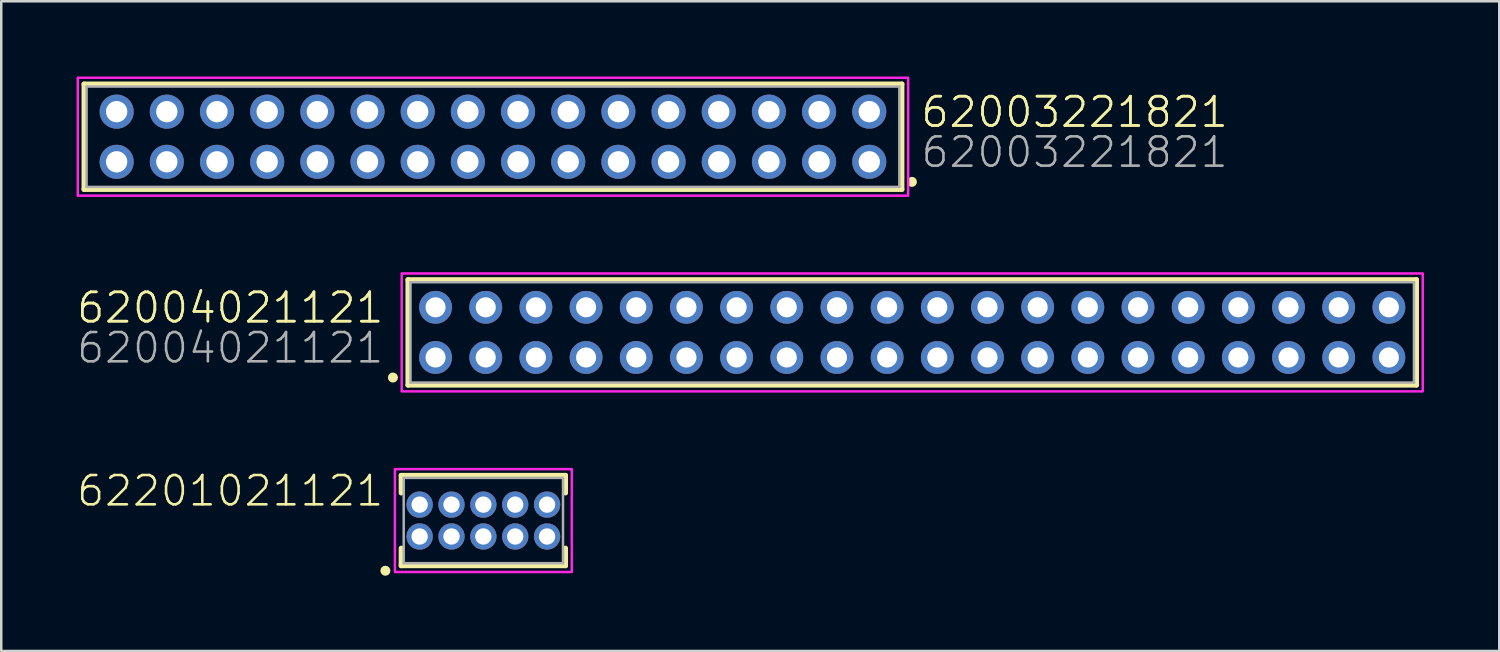
<source format=kicad_pcb>
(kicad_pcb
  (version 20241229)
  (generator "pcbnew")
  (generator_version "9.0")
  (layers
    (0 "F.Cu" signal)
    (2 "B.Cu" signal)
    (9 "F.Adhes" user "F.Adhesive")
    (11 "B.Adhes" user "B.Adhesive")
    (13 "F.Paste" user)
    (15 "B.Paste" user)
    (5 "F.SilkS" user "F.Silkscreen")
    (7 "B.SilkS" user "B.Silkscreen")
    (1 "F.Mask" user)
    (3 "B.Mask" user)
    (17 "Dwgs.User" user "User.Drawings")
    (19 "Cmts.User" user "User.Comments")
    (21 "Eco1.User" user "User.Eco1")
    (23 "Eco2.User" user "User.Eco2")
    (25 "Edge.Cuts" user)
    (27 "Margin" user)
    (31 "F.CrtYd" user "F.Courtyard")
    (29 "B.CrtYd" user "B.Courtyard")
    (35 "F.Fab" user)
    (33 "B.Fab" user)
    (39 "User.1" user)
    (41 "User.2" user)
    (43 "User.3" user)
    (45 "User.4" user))
  (footprint "62003221821"
    (layer "F.Cu")
    (at 16.6 2.4)
    (property "Reference" "62003221821" (at 17 -0.3 0) (unlocked yes) (layer "F.SilkS") (effects (font (size 1.168 1.168) (thickness 0.102)) (justify left bottom)))
    (property "Value" "62003221821" (at 17 1.3 0) (unlocked yes) (layer "F.Fab") (hide yes) (effects (font (size 1.168 1.168) (thickness 0.102)) (justify left bottom)))
    (fp_line (start -16.3 -2.1) (end 16.3 -2.1) (stroke (width 0.2) (type solid)) (layer "F.SilkS"))
    (fp_line (start -16.3 2.1) (end -16.3 -2.1) (stroke (width 0.2) (type solid)) (layer "F.SilkS"))
    (fp_line (start 16.3 -2.1) (end 16.3 2.1) (stroke (width 0.2) (type solid)) (layer "F.SilkS"))
    (fp_line (start 16.3 2.1) (end -16.3 2.1) (stroke (width 0.2) (type solid)) (layer "F.SilkS"))
    (fp_circle (center 16.7 1.8) (end 16.8 1.8) (stroke (width 0.2) (type solid)) (fill no) (layer "F.SilkS"))
    (fp_poly (pts (xy 16.55 2.35) (xy -16.55 2.35) (xy -16.55 -2.35) (xy 16.55 -2.35)) (stroke (width 0.1) (type default)) (fill no) (layer "F.CrtYd"))
    (fp_line (start -16.2 -2) (end -16.2 2) (stroke (width 0.1) (type solid)) (layer "F.Fab"))
    (fp_line (start -16.2 2) (end 16.2 2) (stroke (width 0.1) (type solid)) (layer "F.Fab"))
    (fp_line (start 16.2 -2) (end -16.2 -2) (stroke (width 0.1) (type solid)) (layer "F.Fab"))
    (fp_line (start 16.2 2) (end 16.2 -2) (stroke (width 0.1) (type solid)) (layer "F.Fab"))
    (fp_text user "${REFERENCE}" (at 17 -0.3 0) (unlocked yes) (layer "F.SilkS") (effects (font (size 1.168 1.168) (thickness 0.102)) (justify left bottom)))
    (fp_text user "${VALUE}" (at 17 1.3 0) (unlocked yes) (layer "F.Fab") (effects (font (size 1.168 1.168) (thickness 0.102)) (justify left bottom)))
    (pad "1" thru_hole circle (at 15 1 180) (size 1.358 1.358) (drill 0.85) (layers "*.Cu" "*.Mask"))
    (pad "2" thru_hole circle (at 15 -1 180) (size 1.358 1.358) (drill 0.85) (layers "*.Cu" "*.Mask"))
    (pad "3" thru_hole circle (at 13 1 180) (size 1.358 1.358) (drill 0.85) (layers "*.Cu" "*.Mask"))
    (pad "4" thru_hole circle (at 13 -1 180) (size 1.358 1.358) (drill 0.85) (layers "*.Cu" "*.Mask"))
    (pad "5" thru_hole circle (at 11 1 180) (size 1.358 1.358) (drill 0.85) (layers "*.Cu" "*.Mask"))
    (pad "6" thru_hole circle (at 11 -1 180) (size 1.358 1.358) (drill 0.85) (layers "*.Cu" "*.Mask"))
    (pad "7" thru_hole circle (at 9 1 180) (size 1.358 1.358) (drill 0.85) (layers "*.Cu" "*.Mask"))
    (pad "8" thru_hole circle (at 9 -1 180) (size 1.358 1.358) (drill 0.85) (layers "*.Cu" "*.Mask"))
    (pad "9" thru_hole circle (at 7 1 180) (size 1.358 1.358) (drill 0.85) (layers "*.Cu" "*.Mask"))
    (pad "10" thru_hole circle (at 7 -1 180) (size 1.358 1.358) (drill 0.85) (layers "*.Cu" "*.Mask"))
    (pad "11" thru_hole circle (at 5 1 180) (size 1.358 1.358) (drill 0.85) (layers "*.Cu" "*.Mask"))
    (pad "12" thru_hole circle (at 5 -1 180) (size 1.358 1.358) (drill 0.85) (layers "*.Cu" "*.Mask"))
    (pad "13" thru_hole circle (at 3 1 180) (size 1.358 1.358) (drill 0.85) (layers "*.Cu" "*.Mask"))
    (pad "14" thru_hole circle (at 3 -1 180) (size 1.358 1.358) (drill 0.85) (layers "*.Cu" "*.Mask"))
    (pad "15" thru_hole circle (at 1 1 180) (size 1.358 1.358) (drill 0.85) (layers "*.Cu" "*.Mask"))
    (pad "16" thru_hole circle (at 1 -1 180) (size 1.358 1.358) (drill 0.85) (layers "*.Cu" "*.Mask"))
    (pad "17" thru_hole circle (at -1 1 180) (size 1.358 1.358) (drill 0.85) (layers "*.Cu" "*.Mask"))
    (pad "18" thru_hole circle (at -1 -1 180) (size 1.358 1.358) (drill 0.85) (layers "*.Cu" "*.Mask"))
    (pad "19" thru_hole circle (at -3 1 180) (size 1.358 1.358) (drill 0.85) (layers "*.Cu" "*.Mask"))
    (pad "20" thru_hole circle (at -3 -1 180) (size 1.358 1.358) (drill 0.85) (layers "*.Cu" "*.Mask"))
    (pad "21" thru_hole circle (at -5 1 180) (size 1.358 1.358) (drill 0.85) (layers "*.Cu" "*.Mask"))
    (pad "22" thru_hole circle (at -5 -1 180) (size 1.358 1.358) (drill 0.85) (layers "*.Cu" "*.Mask"))
    (pad "23" thru_hole circle (at -7 1 180) (size 1.358 1.358) (drill 0.85) (layers "*.Cu" "*.Mask"))
    (pad "24" thru_hole circle (at -7 -1 180) (size 1.358 1.358) (drill 0.85) (layers "*.Cu" "*.Mask"))
    (pad "25" thru_hole circle (at -9 1 180) (size 1.358 1.358) (drill 0.85) (layers "*.Cu" "*.Mask"))
    (pad "26" thru_hole circle (at -9 -1 180) (size 1.358 1.358) (drill 0.85) (layers "*.Cu" "*.Mask"))
    (pad "27" thru_hole circle (at -11 1 180) (size 1.358 1.358) (drill 0.85) (layers "*.Cu" "*.Mask"))
    (pad "28" thru_hole circle (at -11 -1 180) (size 1.358 1.358) (drill 0.85) (layers "*.Cu" "*.Mask"))
    (pad "29" thru_hole circle (at -13 1 180) (size 1.358 1.358) (drill 0.85) (layers "*.Cu" "*.Mask"))
    (pad "30" thru_hole circle (at -13 -1 180) (size 1.358 1.358) (drill 0.85) (layers "*.Cu" "*.Mask"))
    (pad "31" thru_hole circle (at -15 1 180) (size 1.358 1.358) (drill 0.85) (layers "*.Cu" "*.Mask"))
    (pad "32" thru_hole circle (at -15 -1 180) (size 1.358 1.358) (drill 0.85) (layers "*.Cu" "*.Mask")))
  (footprint "62201021121"
    (layer "F.Cu")
    (at 16.217 17.7)
    (property "Reference" "62201021121" (at -3.905 -0.5 0) (unlocked yes) (layer "F.SilkS") (effects (font (size 1.168 1.168) (thickness 0.102)) (justify right bottom)))
    (fp_line (start -3.275 -1.8) (end 3.275 -1.8) (stroke (width 0.2) (type solid)) (layer "F.SilkS"))
    (fp_line (start -3.275 -1.1) (end -3.275 -1.8) (stroke (width 0.2) (type solid)) (layer "F.SilkS"))
    (fp_line (start -3.275 1.1) (end -3.275 1.8) (stroke (width 0.2) (type solid)) (layer "F.SilkS"))
    (fp_line (start -3.275 1.8) (end 3.275 1.8) (stroke (width 0.2) (type solid)) (layer "F.SilkS"))
    (fp_line (start 3.275 -1.8) (end 3.275 -1.1) (stroke (width 0.2) (type solid)) (layer "F.SilkS"))
    (fp_line (start 3.275 1.8) (end 3.275 1.1) (stroke (width 0.2) (type solid)) (layer "F.SilkS"))
    (fp_circle (center -3.905 2) (end -3.805 2) (stroke (width 0.2) (type solid)) (fill no) (layer "F.SilkS"))
    (fp_poly (pts (xy 3.525 2.05) (xy -3.525 2.05) (xy -3.525 -2.05) (xy 3.525 -2.05)) (stroke (width 0.1) (type default)) (fill no) (layer "F.CrtYd"))
    (fp_line (start -3.175 -1.7) (end -3.175 1.7) (stroke (width 0.1) (type solid)) (layer "F.Fab"))
    (fp_line (start -3.175 1.7) (end 3.175 1.7) (stroke (width 0.1) (type solid)) (layer "F.Fab"))
    (fp_line (start 3.175 -1.7) (end -3.175 -1.7) (stroke (width 0.1) (type solid)) (layer "F.Fab"))
    (fp_line (start 3.175 1.7) (end 3.175 -1.7) (stroke (width 0.1) (type solid)) (layer "F.Fab"))
    (pad "1" thru_hole circle (at -2.54 0.635) (size 1.05 1.05) (drill 0.65) (layers "*.Cu" "*.Mask"))
    (pad "2" thru_hole circle (at -2.54 -0.635) (size 1.05 1.05) (drill 0.65) (layers "*.Cu" "*.Mask"))
    (pad "3" thru_hole circle (at -1.27 0.635) (size 1.05 1.05) (drill 0.65) (layers "*.Cu" "*.Mask"))
    (pad "4" thru_hole circle (at -1.27 -0.635) (size 1.05 1.05) (drill 0.65) (layers "*.Cu" "*.Mask"))
    (pad "5" thru_hole circle (at 0 0.635) (size 1.05 1.05) (drill 0.65) (layers "*.Cu" "*.Mask"))
    (pad "6" thru_hole circle (at 0 -0.635) (size 1.05 1.05) (drill 0.65) (layers "*.Cu" "*.Mask"))
    (pad "7" thru_hole circle (at 1.27 0.635) (size 1.05 1.05) (drill 0.65) (layers "*.Cu" "*.Mask"))
    (pad "8" thru_hole circle (at 1.27 -0.635) (size 1.05 1.05) (drill 0.65) (layers "*.Cu" "*.Mask"))
    (pad "9" thru_hole circle (at 2.54 0.635) (size 1.05 1.05) (drill 0.65) (layers "*.Cu" "*.Mask"))
    (pad "10" thru_hole circle (at 2.54 -0.635) (size 1.05 1.05) (drill 0.65) (layers "*.Cu" "*.Mask")))
  (footprint "62004021121"
    (layer "F.Cu")
    (at 33.312 10.2)
    (property "Reference" "62004021121" (at -21 -0.3 0) (unlocked yes) (layer "F.SilkS") (effects (font (size 1.168 1.168) (thickness 0.102)) (justify right bottom)))
    (property "Value" "62004021121" (at -21 1.3 0) (unlocked yes) (layer "F.Fab") (hide yes) (effects (font (size 1.168 1.168) (thickness 0.102)) (justify right bottom)))
    (fp_line (start -20.1 -2.1) (end 20.1 -2.1) (stroke (width 0.2) (type solid)) (layer "F.SilkS"))
    (fp_line (start -20.1 2.1) (end -20.1 -2.1) (stroke (width 0.2) (type solid)) (layer "F.SilkS"))
    (fp_line (start 20.1 -2.1) (end 20.1 2.1) (stroke (width 0.2) (type solid)) (layer "F.SilkS"))
    (fp_line (start 20.1 2.1) (end -20.1 2.1) (stroke (width 0.2) (type solid)) (layer "F.SilkS"))
    (fp_circle (center -20.7 1.8) (end -20.6 1.8) (stroke (width 0.2) (type solid)) (fill no) (layer "F.SilkS"))
    (fp_poly (pts (xy 20.35 2.35) (xy -20.35 2.35) (xy -20.35 -2.35) (xy 20.35 -2.35)) (stroke (width 0.1) (type default)) (fill no) (layer "F.CrtYd"))
    (fp_line (start -20 -2) (end -20 2) (stroke (width 0.1) (type solid)) (layer "F.Fab"))
    (fp_line (start -20 2) (end 20 2) (stroke (width 0.1) (type solid)) (layer "F.Fab"))
    (fp_line (start 20 -2) (end -20 -2) (stroke (width 0.1) (type solid)) (layer "F.Fab"))
    (fp_line (start 20 2) (end 20 -2) (stroke (width 0.1) (type solid)) (layer "F.Fab"))
    (fp_text user "${REFERENCE}" (at -21 -0.3 0) (unlocked yes) (layer "F.SilkS") (effects (font (size 1.168 1.168) (thickness 0.102)) (justify right bottom)))
    (fp_text user "${VALUE}" (at -21 1.3 0) (unlocked yes) (layer "F.Fab") (effects (font (size 1.168 1.168) (thickness 0.102)) (justify right bottom)))
    (pad "1" thru_hole circle (at -19 1) (size 1.308 1.308) (drill 0.8) (layers "*.Cu" "*.Mask"))
    (pad "2" thru_hole circle (at -19 -1) (size 1.308 1.308) (drill 0.8) (layers "*.Cu" "*.Mask"))
    (pad "3" thru_hole circle (at -17 1) (size 1.308 1.308) (drill 0.8) (layers "*.Cu" "*.Mask"))
    (pad "4" thru_hole circle (at -17 -1) (size 1.308 1.308) (drill 0.8) (layers "*.Cu" "*.Mask"))
    (pad "5" thru_hole circle (at -15 1) (size 1.308 1.308) (drill 0.8) (layers "*.Cu" "*.Mask"))
    (pad "6" thru_hole circle (at -15 -1) (size 1.308 1.308) (drill 0.8) (layers "*.Cu" "*.Mask"))
    (pad "7" thru_hole circle (at -13 1) (size 1.308 1.308) (drill 0.8) (layers "*.Cu" "*.Mask"))
    (pad "8" thru_hole circle (at -13 -1) (size 1.308 1.308) (drill 0.8) (layers "*.Cu" "*.Mask"))
    (pad "9" thru_hole circle (at -11 1) (size 1.308 1.308) (drill 0.8) (layers "*.Cu" "*.Mask"))
    (pad "10" thru_hole circle (at -11 -1) (size 1.308 1.308) (drill 0.8) (layers "*.Cu" "*.Mask"))
    (pad "11" thru_hole circle (at -9 1) (size 1.308 1.308) (drill 0.8) (layers "*.Cu" "*.Mask"))
    (pad "12" thru_hole circle (at -9 -1) (size 1.308 1.308) (drill 0.8) (layers "*.Cu" "*.Mask"))
    (pad "13" thru_hole circle (at -7 1) (size 1.308 1.308) (drill 0.8) (layers "*.Cu" "*.Mask"))
    (pad "14" thru_hole circle (at -7 -1) (size 1.308 1.308) (drill 0.8) (layers "*.Cu" "*.Mask"))
    (pad "15" thru_hole circle (at -5 1) (size 1.308 1.308) (drill 0.8) (layers "*.Cu" "*.Mask"))
    (pad "16" thru_hole circle (at -5 -1) (size 1.308 1.308) (drill 0.8) (layers "*.Cu" "*.Mask"))
    (pad "17" thru_hole circle (at -3 1) (size 1.308 1.308) (drill 0.8) (layers "*.Cu" "*.Mask"))
    (pad "18" thru_hole circle (at -3 -1) (size 1.308 1.308) (drill 0.8) (layers "*.Cu" "*.Mask"))
    (pad "19" thru_hole circle (at -1 1) (size 1.308 1.308) (drill 0.8) (layers "*.Cu" "*.Mask"))
    (pad "20" thru_hole circle (at -1 -1) (size 1.308 1.308) (drill 0.8) (layers "*.Cu" "*.Mask"))
    (pad "21" thru_hole circle (at 1 1) (size 1.308 1.308) (drill 0.8) (layers "*.Cu" "*.Mask"))
    (pad "22" thru_hole circle (at 1 -1) (size 1.308 1.308) (drill 0.8) (layers "*.Cu" "*.Mask"))
    (pad "23" thru_hole circle (at 3 1) (size 1.308 1.308) (drill 0.8) (layers "*.Cu" "*.Mask"))
    (pad "24" thru_hole circle (at 3 -1) (size 1.308 1.308) (drill 0.8) (layers "*.Cu" "*.Mask"))
    (pad "25" thru_hole circle (at 5 1) (size 1.308 1.308) (drill 0.8) (layers "*.Cu" "*.Mask"))
    (pad "26" thru_hole circle (at 5 -1) (size 1.308 1.308) (drill 0.8) (layers "*.Cu" "*.Mask"))
    (pad "27" thru_hole circle (at 7 1) (size 1.308 1.308) (drill 0.8) (layers "*.Cu" "*.Mask"))
    (pad "28" thru_hole circle (at 7 -1) (size 1.308 1.308) (drill 0.8) (layers "*.Cu" "*.Mask"))
    (pad "29" thru_hole circle (at 9 1) (size 1.308 1.308) (drill 0.8) (layers "*.Cu" "*.Mask"))
    (pad "30" thru_hole circle (at 9 -1) (size 1.308 1.308) (drill 0.8) (layers "*.Cu" "*.Mask"))
    (pad "31" thru_hole circle (at 11 1) (size 1.308 1.308) (drill 0.8) (layers "*.Cu" "*.Mask"))
    (pad "32" thru_hole circle (at 11 -1) (size 1.308 1.308) (drill 0.8) (layers "*.Cu" "*.Mask"))
    (pad "33" thru_hole circle (at 13 1) (size 1.308 1.308) (drill 0.8) (layers "*.Cu" "*.Mask"))
    (pad "34" thru_hole circle (at 13 -1) (size 1.308 1.308) (drill 0.8) (layers "*.Cu" "*.Mask"))
    (pad "35" thru_hole circle (at 15 1) (size 1.308 1.308) (drill 0.8) (layers "*.Cu" "*.Mask"))
    (pad "36" thru_hole circle (at 15 -1) (size 1.308 1.308) (drill 0.8) (layers "*.Cu" "*.Mask"))
    (pad "37" thru_hole circle (at 17 1) (size 1.308 1.308) (drill 0.8) (layers "*.Cu" "*.Mask"))
    (pad "38" thru_hole circle (at 17 -1) (size 1.308 1.308) (drill 0.8) (layers "*.Cu" "*.Mask"))
    (pad "39" thru_hole circle (at 19 1) (size 1.308 1.308) (drill 0.8) (layers "*.Cu" "*.Mask"))
    (pad "40" thru_hole circle (at 19 -1) (size 1.308 1.308) (drill 0.8) (layers "*.Cu" "*.Mask")))
  (gr_rect
    (start -3 -3)
    (end 56.712 22.9)
    (stroke (width 0.1) (type default))
    (fill no)
    (layer "Edge.Cuts")))
</source>
